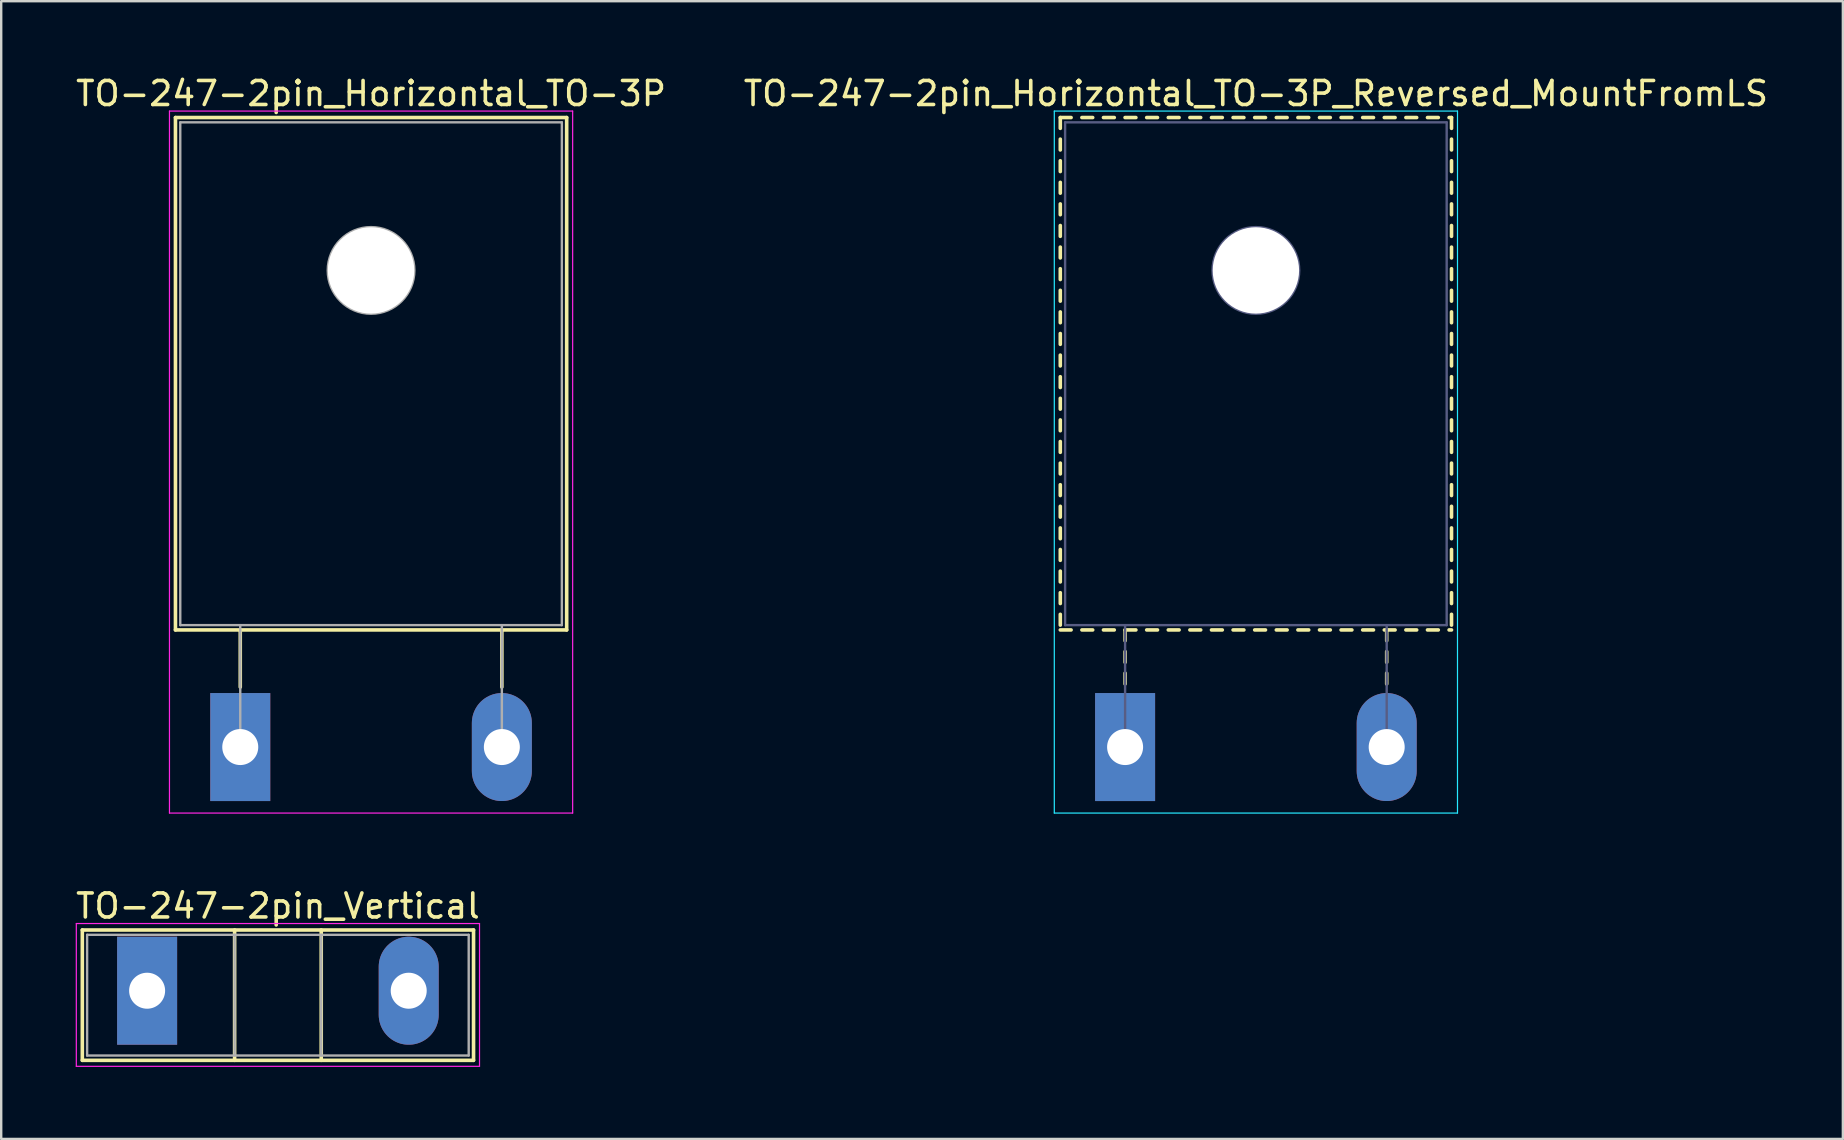
<source format=kicad_pcb>
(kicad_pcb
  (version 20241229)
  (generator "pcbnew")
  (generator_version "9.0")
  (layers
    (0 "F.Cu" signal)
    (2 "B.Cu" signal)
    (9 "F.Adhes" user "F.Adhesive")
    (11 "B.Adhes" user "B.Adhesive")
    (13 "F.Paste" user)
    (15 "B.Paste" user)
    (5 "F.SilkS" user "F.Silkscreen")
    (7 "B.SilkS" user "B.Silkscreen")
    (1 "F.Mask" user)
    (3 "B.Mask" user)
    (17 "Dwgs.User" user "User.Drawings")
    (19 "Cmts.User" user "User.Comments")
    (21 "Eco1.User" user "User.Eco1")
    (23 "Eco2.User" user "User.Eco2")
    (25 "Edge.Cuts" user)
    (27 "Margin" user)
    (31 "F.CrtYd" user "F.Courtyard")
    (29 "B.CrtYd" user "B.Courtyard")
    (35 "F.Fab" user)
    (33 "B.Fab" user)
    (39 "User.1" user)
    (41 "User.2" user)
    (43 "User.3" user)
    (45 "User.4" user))
  (footprint "TO-247-2pin_Horizontal_TO-3P"
    (layer "F.Cu")
    (at 6.961 28.078)
    (property "Reference" "TO-247-2pin_Horizontal_TO-3P" (at 5.45 -27.23 0) (layer "F.SilkS") (effects (font (size 1 1) (thickness 0.15))))
    (attr through_hole)
    (fp_line (start -2.7 -26.23) (end -2.7 -4.88) (stroke (width 0.15) (type solid)) (layer "F.SilkS"))
    (fp_line (start -2.7 -26.23) (end 13.601 -26.23) (stroke (width 0.15) (type solid)) (layer "F.SilkS"))
    (fp_line (start -2.7 -4.88) (end 13.601 -4.88) (stroke (width 0.15) (type solid)) (layer "F.SilkS"))
    (fp_line (start 0 -4.88) (end 0 -2.5) (stroke (width 0.15) (type solid)) (layer "F.SilkS"))
    (fp_line (start 10.9 -4.88) (end 10.9 -2.5) (stroke (width 0.15) (type solid)) (layer "F.SilkS"))
    (fp_line (start 13.601 -26.23) (end 13.601 -4.88) (stroke (width 0.15) (type solid)) (layer "F.SilkS"))
    (fp_line (start -2.95 -26.5) (end -2.95 2.75) (stroke (width 0.05) (type solid)) (layer "F.CrtYd"))
    (fp_line (start -2.95 2.75) (end 13.85 2.75) (stroke (width 0.05) (type solid)) (layer "F.CrtYd"))
    (fp_line (start 13.85 -26.5) (end -2.95 -26.5) (stroke (width 0.05) (type solid)) (layer "F.CrtYd"))
    (fp_line (start 13.85 2.75) (end 13.85 -26.5) (stroke (width 0.05) (type solid)) (layer "F.CrtYd"))
    (fp_line (start -2.5 -26.03) (end 13.4 -26.03) (stroke (width 0.1) (type solid)) (layer "F.Fab"))
    (fp_line (start -2.5 -5.08) (end -2.5 -26.03) (stroke (width 0.1) (type solid)) (layer "F.Fab"))
    (fp_line (start 0 -5.08) (end 0 0) (stroke (width 0.1) (type solid)) (layer "F.Fab"))
    (fp_line (start 10.9 -5.08) (end 10.9 0) (stroke (width 0.1) (type solid)) (layer "F.Fab"))
    (fp_line (start 13.4 -26.03) (end 13.4 -5.08) (stroke (width 0.1) (type solid)) (layer "F.Fab"))
    (fp_line (start 13.4 -5.08) (end -2.5 -5.08) (stroke (width 0.1) (type solid)) (layer "F.Fab"))
    (fp_circle (center 5.45 -19.86) (end 7.255 -19.86) (stroke (width 0.1) (type solid)) (fill no) (layer "F.Fab"))
    (pad "" np_thru_hole oval (at 5.45 -19.86) (size 3.6 3.6) (drill 3.6) (layers "*.Cu" "*.Mask"))
    (pad "1" thru_hole rect (at 0 0) (size 2.5 4.5) (drill 1.5) (layers "*.Cu" "*.Mask"))
    (pad "2" thru_hole oval (at 10.9 0) (size 2.5 4.5) (drill 1.5) (layers "*.Cu" "*.Mask")))
  (footprint "TO-247-2pin_Horizontal_TO-3P_Reversed_MountFromLS"
    (layer "F.Cu")
    (at 43.83 28.078)
    (property "Reference" "TO-247-2pin_Horizontal_TO-3P_Reversed_MountFromLS" (at 5.45 -27.23 0) (layer "F.SilkS") (effects (font (size 1 1) (thickness 0.15))))
    (attr through_hole)
    (fp_line (start -2.7 -26.23) (end -2.7 -25.78) (stroke (width 0.15) (type solid)) (layer "F.SilkS"))
    (fp_line (start -2.7 -26.23) (end -2.25 -26.23) (stroke (width 0.15) (type solid)) (layer "F.SilkS"))
    (fp_line (start -2.7 -25.33) (end -2.7 -24.88) (stroke (width 0.15) (type solid)) (layer "F.SilkS"))
    (fp_line (start -2.7 -24.43) (end -2.7 -23.98) (stroke (width 0.15) (type solid)) (layer "F.SilkS"))
    (fp_line (start -2.7 -23.53) (end -2.7 -23.08) (stroke (width 0.15) (type solid)) (layer "F.SilkS"))
    (fp_line (start -2.7 -22.631) (end -2.7 -22.181) (stroke (width 0.15) (type solid)) (layer "F.SilkS"))
    (fp_line (start -2.7 -21.731) (end -2.7 -21.281) (stroke (width 0.15) (type solid)) (layer "F.SilkS"))
    (fp_line (start -2.7 -20.831) (end -2.7 -20.381) (stroke (width 0.15) (type solid)) (layer "F.SilkS"))
    (fp_line (start -2.7 -19.931) (end -2.7 -19.481) (stroke (width 0.15) (type solid)) (layer "F.SilkS"))
    (fp_line (start -2.7 -19.031) (end -2.7 -18.581) (stroke (width 0.15) (type solid)) (layer "F.SilkS"))
    (fp_line (start -2.7 -18.131) (end -2.7 -17.681) (stroke (width 0.15) (type solid)) (layer "F.SilkS"))
    (fp_line (start -2.7 -17.231) (end -2.7 -16.781) (stroke (width 0.15) (type solid)) (layer "F.SilkS"))
    (fp_line (start -2.7 -16.331) (end -2.7 -15.881) (stroke (width 0.15) (type solid)) (layer "F.SilkS"))
    (fp_line (start -2.7 -15.431) (end -2.7 -14.981) (stroke (width 0.15) (type solid)) (layer "F.SilkS"))
    (fp_line (start -2.7 -14.531) (end -2.7 -14.081) (stroke (width 0.15) (type solid)) (layer "F.SilkS"))
    (fp_line (start -2.7 -13.631) (end -2.7 -13.181) (stroke (width 0.15) (type solid)) (layer "F.SilkS"))
    (fp_line (start -2.7 -12.731) (end -2.7 -12.281) (stroke (width 0.15) (type solid)) (layer "F.SilkS"))
    (fp_line (start -2.7 -11.831) (end -2.7 -11.381) (stroke (width 0.15) (type solid)) (layer "F.SilkS"))
    (fp_line (start -2.7 -10.931) (end -2.7 -10.481) (stroke (width 0.15) (type solid)) (layer "F.SilkS"))
    (fp_line (start -2.7 -10.031) (end -2.7 -9.581) (stroke (width 0.15) (type solid)) (layer "F.SilkS"))
    (fp_line (start -2.7 -9.131) (end -2.7 -8.681) (stroke (width 0.15) (type solid)) (layer "F.SilkS"))
    (fp_line (start -2.7 -8.231) (end -2.7 -7.781) (stroke (width 0.15) (type solid)) (layer "F.SilkS"))
    (fp_line (start -2.7 -7.331) (end -2.7 -6.881) (stroke (width 0.15) (type solid)) (layer "F.SilkS"))
    (fp_line (start -2.7 -6.431) (end -2.7 -5.981) (stroke (width 0.15) (type solid)) (layer "F.SilkS"))
    (fp_line (start -2.7 -5.531) (end -2.7 -5.081) (stroke (width 0.15) (type solid)) (layer "F.SilkS"))
    (fp_line (start -2.7 -4.88) (end -2.25 -4.88) (stroke (width 0.15) (type solid)) (layer "F.SilkS"))
    (fp_line (start -1.8 -26.23) (end -1.35 -26.23) (stroke (width 0.15) (type solid)) (layer "F.SilkS"))
    (fp_line (start -1.8 -4.88) (end -1.35 -4.88) (stroke (width 0.15) (type solid)) (layer "F.SilkS"))
    (fp_line (start -0.901 -26.23) (end -0.451 -26.23) (stroke (width 0.15) (type solid)) (layer "F.SilkS"))
    (fp_line (start -0.901 -4.88) (end -0.451 -4.88) (stroke (width 0.15) (type solid)) (layer "F.SilkS"))
    (fp_line (start -0.001 -26.23) (end 0.45 -26.23) (stroke (width 0.15) (type solid)) (layer "F.SilkS"))
    (fp_line (start -0.001 -4.88) (end 0.45 -4.88) (stroke (width 0.15) (type solid)) (layer "F.SilkS"))
    (fp_line (start 0 -4.88) (end 0 -4.43) (stroke (width 0.15) (type solid)) (layer "F.SilkS"))
    (fp_line (start 0 -3.98) (end 0 -3.53) (stroke (width 0.15) (type solid)) (layer "F.SilkS"))
    (fp_line (start 0 -3.08) (end 0 -2.63) (stroke (width 0.15) (type solid)) (layer "F.SilkS"))
    (fp_line (start 0.9 -26.23) (end 1.35 -26.23) (stroke (width 0.15) (type solid)) (layer "F.SilkS"))
    (fp_line (start 0.9 -4.88) (end 1.35 -4.88) (stroke (width 0.15) (type solid)) (layer "F.SilkS"))
    (fp_line (start 1.8 -26.23) (end 2.25 -26.23) (stroke (width 0.15) (type solid)) (layer "F.SilkS"))
    (fp_line (start 1.8 -4.88) (end 2.25 -4.88) (stroke (width 0.15) (type solid)) (layer "F.SilkS"))
    (fp_line (start 2.7 -26.23) (end 3.15 -26.23) (stroke (width 0.15) (type solid)) (layer "F.SilkS"))
    (fp_line (start 2.7 -4.88) (end 3.15 -4.88) (stroke (width 0.15) (type solid)) (layer "F.SilkS"))
    (fp_line (start 3.6 -26.23) (end 4.05 -26.23) (stroke (width 0.15) (type solid)) (layer "F.SilkS"))
    (fp_line (start 3.6 -4.88) (end 4.05 -4.88) (stroke (width 0.15) (type solid)) (layer "F.SilkS"))
    (fp_line (start 4.5 -26.23) (end 4.95 -26.23) (stroke (width 0.15) (type solid)) (layer "F.SilkS"))
    (fp_line (start 4.5 -4.88) (end 4.95 -4.88) (stroke (width 0.15) (type solid)) (layer "F.SilkS"))
    (fp_line (start 5.4 -26.23) (end 5.85 -26.23) (stroke (width 0.15) (type solid)) (layer "F.SilkS"))
    (fp_line (start 5.4 -4.88) (end 5.85 -4.88) (stroke (width 0.15) (type solid)) (layer "F.SilkS"))
    (fp_line (start 6.301 -26.23) (end 6.751 -26.23) (stroke (width 0.15) (type solid)) (layer "F.SilkS"))
    (fp_line (start 6.301 -4.88) (end 6.751 -4.88) (stroke (width 0.15) (type solid)) (layer "F.SilkS"))
    (fp_line (start 7.201 -26.23) (end 7.651 -26.23) (stroke (width 0.15) (type solid)) (layer "F.SilkS"))
    (fp_line (start 7.201 -4.88) (end 7.651 -4.88) (stroke (width 0.15) (type solid)) (layer "F.SilkS"))
    (fp_line (start 8.101 -26.23) (end 8.55 -26.23) (stroke (width 0.15) (type solid)) (layer "F.SilkS"))
    (fp_line (start 8.101 -4.88) (end 8.55 -4.88) (stroke (width 0.15) (type solid)) (layer "F.SilkS"))
    (fp_line (start 9 -26.23) (end 9.45 -26.23) (stroke (width 0.15) (type solid)) (layer "F.SilkS"))
    (fp_line (start 9 -4.88) (end 9.45 -4.88) (stroke (width 0.15) (type solid)) (layer "F.SilkS"))
    (fp_line (start 9.9 -26.23) (end 10.35 -26.23) (stroke (width 0.15) (type solid)) (layer "F.SilkS"))
    (fp_line (start 9.9 -4.88) (end 10.35 -4.88) (stroke (width 0.15) (type solid)) (layer "F.SilkS"))
    (fp_line (start 10.8 -26.23) (end 11.25 -26.23) (stroke (width 0.15) (type solid)) (layer "F.SilkS"))
    (fp_line (start 10.8 -4.88) (end 11.25 -4.88) (stroke (width 0.15) (type solid)) (layer "F.SilkS"))
    (fp_line (start 10.9 -4.88) (end 10.9 -4.43) (stroke (width 0.15) (type solid)) (layer "F.SilkS"))
    (fp_line (start 10.9 -3.98) (end 10.9 -3.53) (stroke (width 0.15) (type solid)) (layer "F.SilkS"))
    (fp_line (start 10.9 -3.08) (end 10.9 -2.63) (stroke (width 0.15) (type solid)) (layer "F.SilkS"))
    (fp_line (start 11.7 -26.23) (end 12.15 -26.23) (stroke (width 0.15) (type solid)) (layer "F.SilkS"))
    (fp_line (start 11.7 -4.88) (end 12.15 -4.88) (stroke (width 0.15) (type solid)) (layer "F.SilkS"))
    (fp_line (start 12.6 -26.23) (end 13.05 -26.23) (stroke (width 0.15) (type solid)) (layer "F.SilkS"))
    (fp_line (start 12.6 -4.88) (end 13.05 -4.88) (stroke (width 0.15) (type solid)) (layer "F.SilkS"))
    (fp_line (start 13.5 -26.23) (end 13.601 -26.23) (stroke (width 0.15) (type solid)) (layer "F.SilkS"))
    (fp_line (start 13.5 -4.88) (end 13.601 -4.88) (stroke (width 0.15) (type solid)) (layer "F.SilkS"))
    (fp_line (start 13.601 -26.23) (end 13.601 -25.78) (stroke (width 0.15) (type solid)) (layer "F.SilkS"))
    (fp_line (start 13.601 -25.33) (end 13.601 -24.88) (stroke (width 0.15) (type solid)) (layer "F.SilkS"))
    (fp_line (start 13.601 -24.43) (end 13.601 -23.98) (stroke (width 0.15) (type solid)) (layer "F.SilkS"))
    (fp_line (start 13.601 -23.53) (end 13.601 -23.08) (stroke (width 0.15) (type solid)) (layer "F.SilkS"))
    (fp_line (start 13.601 -22.631) (end 13.601 -22.181) (stroke (width 0.15) (type solid)) (layer "F.SilkS"))
    (fp_line (start 13.601 -21.731) (end 13.601 -21.281) (stroke (width 0.15) (type solid)) (layer "F.SilkS"))
    (fp_line (start 13.601 -20.831) (end 13.601 -20.381) (stroke (width 0.15) (type solid)) (layer "F.SilkS"))
    (fp_line (start 13.601 -19.931) (end 13.601 -19.481) (stroke (width 0.15) (type solid)) (layer "F.SilkS"))
    (fp_line (start 13.601 -19.031) (end 13.601 -18.581) (stroke (width 0.15) (type solid)) (layer "F.SilkS"))
    (fp_line (start 13.601 -18.131) (end 13.601 -17.681) (stroke (width 0.15) (type solid)) (layer "F.SilkS"))
    (fp_line (start 13.601 -17.231) (end 13.601 -16.781) (stroke (width 0.15) (type solid)) (layer "F.SilkS"))
    (fp_line (start 13.601 -16.331) (end 13.601 -15.881) (stroke (width 0.15) (type solid)) (layer "F.SilkS"))
    (fp_line (start 13.601 -15.431) (end 13.601 -14.981) (stroke (width 0.15) (type solid)) (layer "F.SilkS"))
    (fp_line (start 13.601 -14.531) (end 13.601 -14.081) (stroke (width 0.15) (type solid)) (layer "F.SilkS"))
    (fp_line (start 13.601 -13.631) (end 13.601 -13.181) (stroke (width 0.15) (type solid)) (layer "F.SilkS"))
    (fp_line (start 13.601 -12.731) (end 13.601 -12.281) (stroke (width 0.15) (type solid)) (layer "F.SilkS"))
    (fp_line (start 13.601 -11.831) (end 13.601 -11.381) (stroke (width 0.15) (type solid)) (layer "F.SilkS"))
    (fp_line (start 13.601 -10.931) (end 13.601 -10.481) (stroke (width 0.15) (type solid)) (layer "F.SilkS"))
    (fp_line (start 13.601 -10.031) (end 13.601 -9.581) (stroke (width 0.15) (type solid)) (layer "F.SilkS"))
    (fp_line (start 13.601 -9.131) (end 13.601 -8.681) (stroke (width 0.15) (type solid)) (layer "F.SilkS"))
    (fp_line (start 13.601 -8.231) (end 13.601 -7.781) (stroke (width 0.15) (type solid)) (layer "F.SilkS"))
    (fp_line (start 13.601 -7.331) (end 13.601 -6.881) (stroke (width 0.15) (type solid)) (layer "F.SilkS"))
    (fp_line (start 13.601 -6.431) (end 13.601 -5.981) (stroke (width 0.15) (type solid)) (layer "F.SilkS"))
    (fp_line (start 13.601 -5.531) (end 13.601 -5.081) (stroke (width 0.15) (type solid)) (layer "F.SilkS"))
    (fp_line (start -2.95 -26.5) (end -2.95 2.75) (stroke (width 0.05) (type solid)) (layer "B.CrtYd"))
    (fp_line (start -2.95 2.75) (end 13.85 2.75) (stroke (width 0.05) (type solid)) (layer "B.CrtYd"))
    (fp_line (start 13.85 -26.5) (end -2.95 -26.5) (stroke (width 0.05) (type solid)) (layer "B.CrtYd"))
    (fp_line (start 13.85 2.75) (end 13.85 -26.5) (stroke (width 0.05) (type solid)) (layer "B.CrtYd"))
    (fp_line (start -2.5 -26.03) (end 13.4 -26.03) (stroke (width 0.1) (type solid)) (layer "B.Fab"))
    (fp_line (start -2.5 -5.08) (end -2.5 -26.03) (stroke (width 0.1) (type solid)) (layer "B.Fab"))
    (fp_line (start 0 -5.08) (end 0 0) (stroke (width 0.1) (type solid)) (layer "B.Fab"))
    (fp_line (start 10.9 -5.08) (end 10.9 0) (stroke (width 0.1) (type solid)) (layer "B.Fab"))
    (fp_line (start 13.4 -26.03) (end 13.4 -5.08) (stroke (width 0.1) (type solid)) (layer "B.Fab"))
    (fp_line (start 13.4 -5.08) (end -2.5 -5.08) (stroke (width 0.1) (type solid)) (layer "B.Fab"))
    (fp_circle (center 5.45 -19.86) (end 7.255 -19.86) (stroke (width 0.1) (type solid)) (fill no) (layer "B.Fab"))
    (pad "" np_thru_hole oval (at 5.45 -19.86) (size 3.6 3.6) (drill 3.6) (layers "*.Cu" "*.Mask"))
    (pad "1" thru_hole rect (at 0 0) (size 2.5 4.5) (drill 1.5) (layers "*.Cu" "*.Mask"))
    (pad "2" thru_hole oval (at 10.9 0) (size 2.5 4.5) (drill 1.5) (layers "*.Cu" "*.Mask")))
  (footprint "TO-247-2pin_Vertical"
    (layer "F.Cu")
    (at 3.08 38.231)
    (property "Reference" "TO-247-2pin_Vertical" (at 5.45 -3.53 0) (layer "F.SilkS") (effects (font (size 1 1) (thickness 0.15))))
    (attr through_hole)
    (fp_line (start -2.7 -2.531) (end -2.7 2.9) (stroke (width 0.15) (type solid)) (layer "F.SilkS"))
    (fp_line (start -2.7 -2.531) (end 13.601 -2.531) (stroke (width 0.15) (type solid)) (layer "F.SilkS"))
    (fp_line (start -2.7 2.9) (end 13.601 2.9) (stroke (width 0.15) (type solid)) (layer "F.SilkS"))
    (fp_line (start 3.646 -2.531) (end 3.646 2.9) (stroke (width 0.15) (type solid)) (layer "F.SilkS"))
    (fp_line (start 7.255 -2.531) (end 7.255 2.9) (stroke (width 0.15) (type solid)) (layer "F.SilkS"))
    (fp_line (start 13.601 -2.531) (end 13.601 2.9) (stroke (width 0.15) (type solid)) (layer "F.SilkS"))
    (fp_line (start -2.95 -2.8) (end -2.95 3.15) (stroke (width 0.05) (type solid)) (layer "F.CrtYd"))
    (fp_line (start -2.95 3.15) (end 13.85 3.15) (stroke (width 0.05) (type solid)) (layer "F.CrtYd"))
    (fp_line (start 13.85 -2.8) (end -2.95 -2.8) (stroke (width 0.05) (type solid)) (layer "F.CrtYd"))
    (fp_line (start 13.85 3.15) (end 13.85 -2.8) (stroke (width 0.05) (type solid)) (layer "F.CrtYd"))
    (fp_line (start -2.5 -2.33) (end -2.5 2.7) (stroke (width 0.1) (type solid)) (layer "F.Fab"))
    (fp_line (start -2.5 2.7) (end 13.4 2.7) (stroke (width 0.1) (type solid)) (layer "F.Fab"))
    (fp_line (start 3.645 -2.33) (end 3.645 2.7) (stroke (width 0.1) (type solid)) (layer "F.Fab"))
    (fp_line (start 7.255 -2.33) (end 7.255 2.7) (stroke (width 0.1) (type solid)) (layer "F.Fab"))
    (fp_line (start 13.4 -2.33) (end -2.5 -2.33) (stroke (width 0.1) (type solid)) (layer "F.Fab"))
    (fp_line (start 13.4 2.7) (end 13.4 -2.33) (stroke (width 0.1) (type solid)) (layer "F.Fab"))
    (pad "1" thru_hole rect (at 0 0) (size 2.5 4.5) (drill 1.5) (layers "*.Cu" "*.Mask"))
    (pad "2" thru_hole oval (at 10.9 0) (size 2.5 4.5) (drill 1.5) (layers "*.Cu" "*.Mask")))
  (gr_rect
    (start -3 -3)
    (end 73.738 44.407)
    (stroke (width 0.1) (type default))
    (fill no)
    (layer "Edge.Cuts")))
</source>
